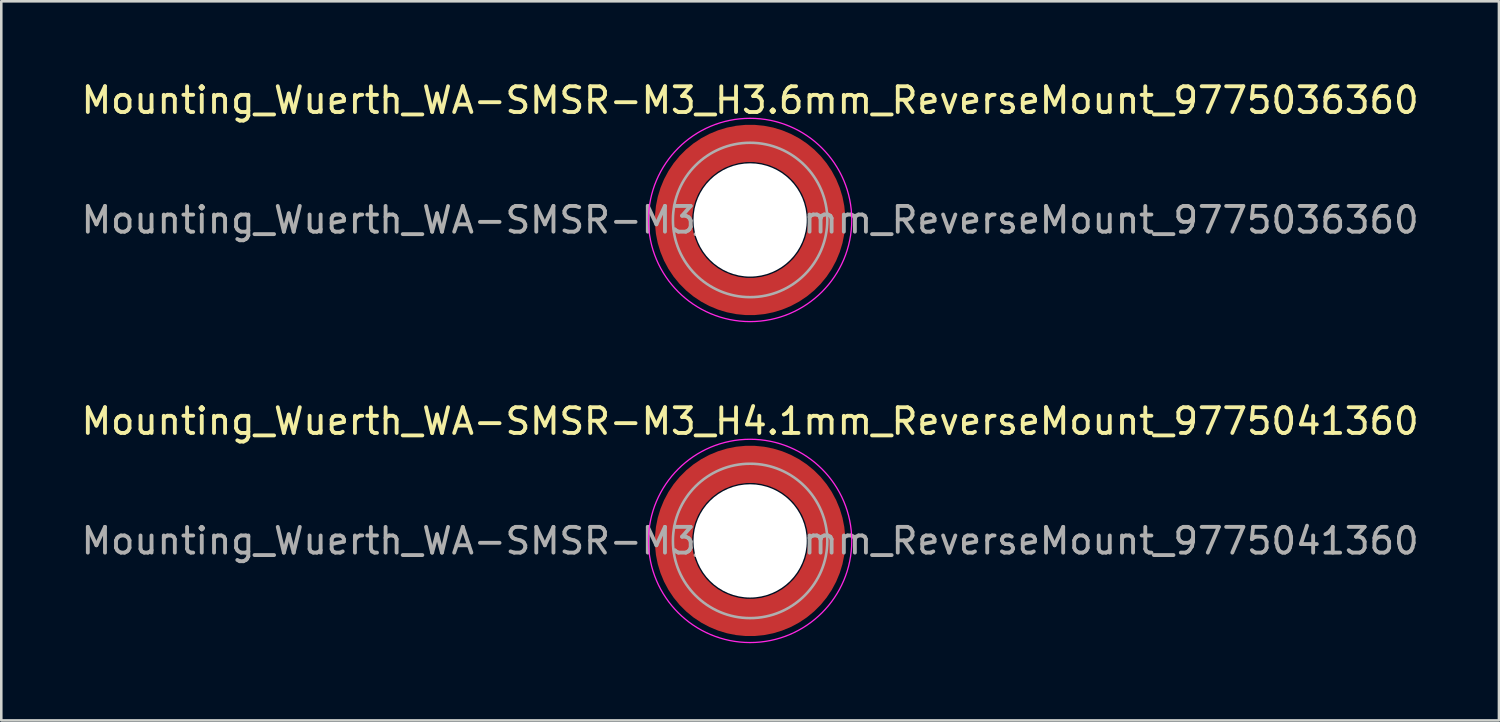
<source format=kicad_pcb>
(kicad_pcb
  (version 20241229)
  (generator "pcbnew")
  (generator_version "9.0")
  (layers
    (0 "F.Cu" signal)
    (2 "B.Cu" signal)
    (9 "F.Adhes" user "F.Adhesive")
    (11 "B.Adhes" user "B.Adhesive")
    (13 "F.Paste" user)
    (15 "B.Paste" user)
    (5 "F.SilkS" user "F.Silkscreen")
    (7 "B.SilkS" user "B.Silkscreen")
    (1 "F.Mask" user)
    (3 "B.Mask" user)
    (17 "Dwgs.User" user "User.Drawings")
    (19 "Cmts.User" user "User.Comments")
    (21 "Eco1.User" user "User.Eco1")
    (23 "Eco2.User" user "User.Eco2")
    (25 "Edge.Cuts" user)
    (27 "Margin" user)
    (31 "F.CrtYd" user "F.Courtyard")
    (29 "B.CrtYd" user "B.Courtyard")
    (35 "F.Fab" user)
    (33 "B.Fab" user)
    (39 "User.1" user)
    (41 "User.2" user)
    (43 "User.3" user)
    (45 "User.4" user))
  (footprint "Mounting_Wuerth_WA-SMSR-M3_H4.1mm_ReverseMount_9775041360"
    (layer "F.Cu")
    (at 26.101 17.971)
    (property "Reference" "Mounting_Wuerth_WA-SMSR-M3_H4.1mm_ReverseMount_9775041360" (at 0 -4.65 0) (layer "F.SilkS") (effects (font (size 1 1) (thickness 0.15))))
    (attr smd)
    (fp_circle (center 0 0) (end 3.95 0) (stroke (width 0.05) (type solid)) (fill no) (layer "F.CrtYd"))
    (fp_circle (center 0 0) (end 3 0) (stroke (width 0.1) (type solid)) (fill no) (layer "F.Fab"))
    (fp_text user "${REFERENCE}" (at 0 0 0) (layer "F.Fab") (effects (font (size 1 1) (thickness 0.15))))
    (pad "" smd custom (at -2.095 -2.095) (size 0.945 0.945) (layers "F.Paste") (options (anchor circle)) (primitives (gr_arc (start -0.24231 1.594804) (mid 0.404819 0.404819) (end 1.594804 -0.24231) (width 0.2)) (gr_arc (start -0.3398 1.594804) (mid 0.337349 0.337349) (end 1.594804 -0.3398) (width 0.2)) (gr_arc (start -0.437132 1.594804) (mid 0.269879 0.269879) (end 1.594804 -0.437132) (width 0.2)) (gr_arc (start -0.534324 1.594804) (mid 0.202409 0.202409) (end 1.594804 -0.534324) (width 0.2)) (gr_arc (start -0.631391 1.594804) (mid 0.134939 0.134939) (end 1.594804 -0.631391) (width 0.2)) (gr_arc (start -0.728345 1.594804) (mid 0.06747 0.06747) (end 1.594804 -0.728345) (width 0.2)) (gr_arc (start -0.825197 1.594804) (mid 0 0) (end 1.594804 -0.825197) (width 0.2)) (gr_arc (start -0.921958 1.594804) (mid -0.067469 -0.067469) (end 1.594804 -0.921958) (width 0.2)) (gr_arc (start -1.018637 1.594804) (mid -0.13494 -0.13494) (end 1.594804 -1.018637) (width 0.2)) (gr_arc (start -1.115239 1.594804) (mid -0.202409 -0.202409) (end 1.594804 -1.115239) (width 0.2)) (gr_arc (start -1.211773 1.594804) (mid -0.269879 -0.269879) (end 1.594804 -1.211773) (width 0.2)) (gr_arc (start -1.308244 1.594804) (mid -0.337349 -0.337349) (end 1.594804 -1.308244) (width 0.2)) (gr_arc (start -1.404657 1.594804) (mid -0.404819 -0.404819) (end 1.594804 -1.404657) (width 0.2)) (gr_arc (start -1.404657 1.594804) (mid -0.404819 -0.404819) (end 1.594804 -1.404657) (width 0.2)) (gr_line (start 1.595 -0.242) (end 1.595 -1.405) (width 0.2)) (gr_line (start -0.242 1.595) (end -1.405 1.595) (width 0.2))))
    (pad "" smd custom (at -2.095 2.095) (size 0.945 0.945) (layers "F.Paste") (options (anchor circle)) (primitives (gr_arc (start 1.594804 0.24231) (mid 0.404819 -0.404819) (end -0.24231 -1.594804) (width 0.2)) (gr_arc (start 1.594804 0.3398) (mid 0.337349 -0.337349) (end -0.3398 -1.594804) (width 0.2)) (gr_arc (start 1.594804 0.437132) (mid 0.269879 -0.269879) (end -0.437132 -1.594804) (width 0.2)) (gr_arc (start 1.594804 0.534324) (mid 0.202409 -0.202409) (end -0.534324 -1.594804) (width 0.2)) (gr_arc (start 1.594804 0.631391) (mid 0.134939 -0.134939) (end -0.631391 -1.594804) (width 0.2)) (gr_arc (start 1.594804 0.728345) (mid 0.06747 -0.06747) (end -0.728345 -1.594804) (width 0.2)) (gr_arc (start 1.594804 0.825197) (mid 0 0) (end -0.825197 -1.594804) (width 0.2)) (gr_arc (start 1.594804 0.921958) (mid -0.067469 0.067469) (end -0.921958 -1.594804) (width 0.2)) (gr_arc (start 1.594804 1.018637) (mid -0.13494 0.13494) (end -1.018637 -1.594804) (width 0.2)) (gr_arc (start 1.594804 1.115239) (mid -0.202409 0.202409) (end -1.115239 -1.594804) (width 0.2)) (gr_arc (start 1.594804 1.211773) (mid -0.269879 0.269879) (end -1.211773 -1.594804) (width 0.2)) (gr_arc (start 1.594804 1.308244) (mid -0.337349 0.337349) (end -1.308244 -1.594804) (width 0.2)) (gr_arc (start 1.594804 1.404657) (mid -0.404819 0.404819) (end -1.404657 -1.594804) (width 0.2)) (gr_arc (start 1.594804 1.404657) (mid -0.404819 0.404819) (end -1.404657 -1.594804) (width 0.2)) (gr_line (start -0.242 -1.595) (end -1.405 -1.595) (width 0.2)) (gr_line (start 1.595 0.242) (end 1.595 1.405) (width 0.2))))
    (pad "" np_thru_hole circle (at 0 0) (size 4.4 4.4) (drill 4.4) (layers "*.Cu" "*.Mask"))
    (pad "" smd custom (at 2.095 -2.095) (size 0.945 0.945) (layers "F.Paste") (options (anchor circle)) (primitives (gr_arc (start -1.594804 -0.24231) (mid -0.404819 0.404819) (end 0.24231 1.594804) (width 0.2)) (gr_arc (start -1.594804 -0.3398) (mid -0.337349 0.337349) (end 0.3398 1.594804) (width 0.2)) (gr_arc (start -1.594804 -0.437132) (mid -0.269879 0.269879) (end 0.437132 1.594804) (width 0.2)) (gr_arc (start -1.594804 -0.534324) (mid -0.202409 0.202409) (end 0.534324 1.594804) (width 0.2)) (gr_arc (start -1.594804 -0.631391) (mid -0.134939 0.134939) (end 0.631391 1.594804) (width 0.2)) (gr_arc (start -1.594804 -0.728345) (mid -0.06747 0.06747) (end 0.728345 1.594804) (width 0.2)) (gr_arc (start -1.594804 -0.825197) (mid 0 0) (end 0.825197 1.594804) (width 0.2)) (gr_arc (start -1.594804 -0.921958) (mid 0.067469 -0.067469) (end 0.921958 1.594804) (width 0.2)) (gr_arc (start -1.594804 -1.018637) (mid 0.13494 -0.13494) (end 1.018637 1.594804) (width 0.2)) (gr_arc (start -1.594804 -1.115239) (mid 0.202409 -0.202409) (end 1.115239 1.594804) (width 0.2)) (gr_arc (start -1.594804 -1.211773) (mid 0.269879 -0.269879) (end 1.211773 1.594804) (width 0.2)) (gr_arc (start -1.594804 -1.308244) (mid 0.337349 -0.337349) (end 1.308244 1.594804) (width 0.2)) (gr_arc (start -1.594804 -1.404657) (mid 0.404819 -0.404819) (end 1.404657 1.594804) (width 0.2)) (gr_arc (start -1.594804 -1.404657) (mid 0.404819 -0.404819) (end 1.404657 1.594804) (width 0.2)) (gr_line (start 0.242 1.595) (end 1.405 1.595) (width 0.2)) (gr_line (start -1.595 -0.242) (end -1.595 -1.405) (width 0.2))))
    (pad "" smd custom (at 2.095 2.095) (size 0.945 0.945) (layers "F.Paste") (options (anchor circle)) (primitives (gr_arc (start 0.24231 -1.594804) (mid -0.404819 -0.404819) (end -1.594804 0.24231) (width 0.2)) (gr_arc (start 0.3398 -1.594804) (mid -0.337349 -0.337349) (end -1.594804 0.3398) (width 0.2)) (gr_arc (start 0.437132 -1.594804) (mid -0.269879 -0.269879) (end -1.594804 0.437132) (width 0.2)) (gr_arc (start 0.534324 -1.594804) (mid -0.202409 -0.202409) (end -1.594804 0.534324) (width 0.2)) (gr_arc (start 0.631391 -1.594804) (mid -0.134939 -0.134939) (end -1.594804 0.631391) (width 0.2)) (gr_arc (start 0.728345 -1.594804) (mid -0.06747 -0.06747) (end -1.594804 0.728345) (width 0.2)) (gr_arc (start 0.825197 -1.594804) (mid 0 0) (end -1.594804 0.825197) (width 0.2)) (gr_arc (start 0.921958 -1.594804) (mid 0.067469 0.067469) (end -1.594804 0.921958) (width 0.2)) (gr_arc (start 1.018637 -1.594804) (mid 0.13494 0.13494) (end -1.594804 1.018637) (width 0.2)) (gr_arc (start 1.115239 -1.594804) (mid 0.202409 0.202409) (end -1.594804 1.115239) (width 0.2)) (gr_arc (start 1.211773 -1.594804) (mid 0.269879 0.269879) (end -1.594804 1.211773) (width 0.2)) (gr_arc (start 1.308244 -1.594804) (mid 0.337349 0.337349) (end -1.594804 1.308244) (width 0.2)) (gr_arc (start 1.404657 -1.594804) (mid 0.404819 0.404819) (end -1.594804 1.404657) (width 0.2)) (gr_arc (start 1.404657 -1.594804) (mid 0.404819 0.404819) (end -1.594804 1.404657) (width 0.2)) (gr_line (start -1.595 0.242) (end -1.595 1.405) (width 0.2)) (gr_line (start 0.242 -1.595) (end 1.405 -1.595) (width 0.2))))
    (pad "1" smd circle (at -2.975 0) (size 1.05 1.05) (layers "F.Cu"))
    (pad "1" smd circle (at 0 -2.975) (size 1.05 1.05) (layers "F.Cu"))
    (pad "1" smd circle (at 0 2.975) (size 1.05 1.05) (layers "F.Cu"))
    (pad "1" smd custom (at 2.975 0) (size 1.05 1.05) (layers "F.Cu" "F.Mask") (options (anchor circle)) (primitives (gr_circle (center -2.975 0) (end 0 0) (width 1.45) (fill no)))))
  (footprint "Mounting_Wuerth_WA-SMSR-M3_H3.6mm_ReverseMount_9775036360"
    (layer "F.Cu")
    (at 26.101 5.498)
    (property "Reference" "Mounting_Wuerth_WA-SMSR-M3_H3.6mm_ReverseMount_9775036360" (at 0 -4.65 0) (layer "F.SilkS") (effects (font (size 1 1) (thickness 0.15))))
    (attr smd)
    (fp_circle (center 0 0) (end 3.95 0) (stroke (width 0.05) (type solid)) (fill no) (layer "F.CrtYd"))
    (fp_circle (center 0 0) (end 3 0) (stroke (width 0.1) (type solid)) (fill no) (layer "F.Fab"))
    (fp_text user "${REFERENCE}" (at 0 0 0) (layer "F.Fab") (effects (font (size 1 1) (thickness 0.15))))
    (pad "" smd custom (at -2.095 -2.095) (size 0.945 0.945) (layers "F.Paste") (options (anchor circle)) (primitives (gr_arc (start -0.24231 1.594804) (mid 0.404819 0.404819) (end 1.594804 -0.24231) (width 0.2)) (gr_arc (start -0.3398 1.594804) (mid 0.337349 0.337349) (end 1.594804 -0.3398) (width 0.2)) (gr_arc (start -0.437132 1.594804) (mid 0.269879 0.269879) (end 1.594804 -0.437132) (width 0.2)) (gr_arc (start -0.534324 1.594804) (mid 0.202409 0.202409) (end 1.594804 -0.534324) (width 0.2)) (gr_arc (start -0.631391 1.594804) (mid 0.134939 0.134939) (end 1.594804 -0.631391) (width 0.2)) (gr_arc (start -0.728345 1.594804) (mid 0.06747 0.06747) (end 1.594804 -0.728345) (width 0.2)) (gr_arc (start -0.825197 1.594804) (mid 0 0) (end 1.594804 -0.825197) (width 0.2)) (gr_arc (start -0.921958 1.594804) (mid -0.067469 -0.067469) (end 1.594804 -0.921958) (width 0.2)) (gr_arc (start -1.018637 1.594804) (mid -0.13494 -0.13494) (end 1.594804 -1.018637) (width 0.2)) (gr_arc (start -1.115239 1.594804) (mid -0.202409 -0.202409) (end 1.594804 -1.115239) (width 0.2)) (gr_arc (start -1.211773 1.594804) (mid -0.269879 -0.269879) (end 1.594804 -1.211773) (width 0.2)) (gr_arc (start -1.308244 1.594804) (mid -0.337349 -0.337349) (end 1.594804 -1.308244) (width 0.2)) (gr_arc (start -1.404657 1.594804) (mid -0.404819 -0.404819) (end 1.594804 -1.404657) (width 0.2)) (gr_arc (start -1.404657 1.594804) (mid -0.404819 -0.404819) (end 1.594804 -1.404657) (width 0.2)) (gr_line (start 1.595 -0.242) (end 1.595 -1.405) (width 0.2)) (gr_line (start -0.242 1.595) (end -1.405 1.595) (width 0.2))))
    (pad "" smd custom (at -2.095 2.095) (size 0.945 0.945) (layers "F.Paste") (options (anchor circle)) (primitives (gr_arc (start 1.594804 0.24231) (mid 0.404819 -0.404819) (end -0.24231 -1.594804) (width 0.2)) (gr_arc (start 1.594804 0.3398) (mid 0.337349 -0.337349) (end -0.3398 -1.594804) (width 0.2)) (gr_arc (start 1.594804 0.437132) (mid 0.269879 -0.269879) (end -0.437132 -1.594804) (width 0.2)) (gr_arc (start 1.594804 0.534324) (mid 0.202409 -0.202409) (end -0.534324 -1.594804) (width 0.2)) (gr_arc (start 1.594804 0.631391) (mid 0.134939 -0.134939) (end -0.631391 -1.594804) (width 0.2)) (gr_arc (start 1.594804 0.728345) (mid 0.06747 -0.06747) (end -0.728345 -1.594804) (width 0.2)) (gr_arc (start 1.594804 0.825197) (mid 0 0) (end -0.825197 -1.594804) (width 0.2)) (gr_arc (start 1.594804 0.921958) (mid -0.067469 0.067469) (end -0.921958 -1.594804) (width 0.2)) (gr_arc (start 1.594804 1.018637) (mid -0.13494 0.13494) (end -1.018637 -1.594804) (width 0.2)) (gr_arc (start 1.594804 1.115239) (mid -0.202409 0.202409) (end -1.115239 -1.594804) (width 0.2)) (gr_arc (start 1.594804 1.211773) (mid -0.269879 0.269879) (end -1.211773 -1.594804) (width 0.2)) (gr_arc (start 1.594804 1.308244) (mid -0.337349 0.337349) (end -1.308244 -1.594804) (width 0.2)) (gr_arc (start 1.594804 1.404657) (mid -0.404819 0.404819) (end -1.404657 -1.594804) (width 0.2)) (gr_arc (start 1.594804 1.404657) (mid -0.404819 0.404819) (end -1.404657 -1.594804) (width 0.2)) (gr_line (start -0.242 -1.595) (end -1.405 -1.595) (width 0.2)) (gr_line (start 1.595 0.242) (end 1.595 1.405) (width 0.2))))
    (pad "" np_thru_hole circle (at 0 0) (size 4.4 4.4) (drill 4.4) (layers "*.Cu" "*.Mask"))
    (pad "" smd custom (at 2.095 -2.095) (size 0.945 0.945) (layers "F.Paste") (options (anchor circle)) (primitives (gr_arc (start -1.594804 -0.24231) (mid -0.404819 0.404819) (end 0.24231 1.594804) (width 0.2)) (gr_arc (start -1.594804 -0.3398) (mid -0.337349 0.337349) (end 0.3398 1.594804) (width 0.2)) (gr_arc (start -1.594804 -0.437132) (mid -0.269879 0.269879) (end 0.437132 1.594804) (width 0.2)) (gr_arc (start -1.594804 -0.534324) (mid -0.202409 0.202409) (end 0.534324 1.594804) (width 0.2)) (gr_arc (start -1.594804 -0.631391) (mid -0.134939 0.134939) (end 0.631391 1.594804) (width 0.2)) (gr_arc (start -1.594804 -0.728345) (mid -0.06747 0.06747) (end 0.728345 1.594804) (width 0.2)) (gr_arc (start -1.594804 -0.825197) (mid 0 0) (end 0.825197 1.594804) (width 0.2)) (gr_arc (start -1.594804 -0.921958) (mid 0.067469 -0.067469) (end 0.921958 1.594804) (width 0.2)) (gr_arc (start -1.594804 -1.018637) (mid 0.13494 -0.13494) (end 1.018637 1.594804) (width 0.2)) (gr_arc (start -1.594804 -1.115239) (mid 0.202409 -0.202409) (end 1.115239 1.594804) (width 0.2)) (gr_arc (start -1.594804 -1.211773) (mid 0.269879 -0.269879) (end 1.211773 1.594804) (width 0.2)) (gr_arc (start -1.594804 -1.308244) (mid 0.337349 -0.337349) (end 1.308244 1.594804) (width 0.2)) (gr_arc (start -1.594804 -1.404657) (mid 0.404819 -0.404819) (end 1.404657 1.594804) (width 0.2)) (gr_arc (start -1.594804 -1.404657) (mid 0.404819 -0.404819) (end 1.404657 1.594804) (width 0.2)) (gr_line (start 0.242 1.595) (end 1.405 1.595) (width 0.2)) (gr_line (start -1.595 -0.242) (end -1.595 -1.405) (width 0.2))))
    (pad "" smd custom (at 2.095 2.095) (size 0.945 0.945) (layers "F.Paste") (options (anchor circle)) (primitives (gr_arc (start 0.24231 -1.594804) (mid -0.404819 -0.404819) (end -1.594804 0.24231) (width 0.2)) (gr_arc (start 0.3398 -1.594804) (mid -0.337349 -0.337349) (end -1.594804 0.3398) (width 0.2)) (gr_arc (start 0.437132 -1.594804) (mid -0.269879 -0.269879) (end -1.594804 0.437132) (width 0.2)) (gr_arc (start 0.534324 -1.594804) (mid -0.202409 -0.202409) (end -1.594804 0.534324) (width 0.2)) (gr_arc (start 0.631391 -1.594804) (mid -0.134939 -0.134939) (end -1.594804 0.631391) (width 0.2)) (gr_arc (start 0.728345 -1.594804) (mid -0.06747 -0.06747) (end -1.594804 0.728345) (width 0.2)) (gr_arc (start 0.825197 -1.594804) (mid 0 0) (end -1.594804 0.825197) (width 0.2)) (gr_arc (start 0.921958 -1.594804) (mid 0.067469 0.067469) (end -1.594804 0.921958) (width 0.2)) (gr_arc (start 1.018637 -1.594804) (mid 0.13494 0.13494) (end -1.594804 1.018637) (width 0.2)) (gr_arc (start 1.115239 -1.594804) (mid 0.202409 0.202409) (end -1.594804 1.115239) (width 0.2)) (gr_arc (start 1.211773 -1.594804) (mid 0.269879 0.269879) (end -1.594804 1.211773) (width 0.2)) (gr_arc (start 1.308244 -1.594804) (mid 0.337349 0.337349) (end -1.594804 1.308244) (width 0.2)) (gr_arc (start 1.404657 -1.594804) (mid 0.404819 0.404819) (end -1.594804 1.404657) (width 0.2)) (gr_arc (start 1.404657 -1.594804) (mid 0.404819 0.404819) (end -1.594804 1.404657) (width 0.2)) (gr_line (start -1.595 0.242) (end -1.595 1.405) (width 0.2)) (gr_line (start 0.242 -1.595) (end 1.405 -1.595) (width 0.2))))
    (pad "1" smd circle (at -2.975 0) (size 1.05 1.05) (layers "F.Cu"))
    (pad "1" smd circle (at 0 -2.975) (size 1.05 1.05) (layers "F.Cu"))
    (pad "1" smd circle (at 0 2.975) (size 1.05 1.05) (layers "F.Cu"))
    (pad "1" smd custom (at 2.975 0) (size 1.05 1.05) (layers "F.Cu" "F.Mask") (options (anchor circle)) (primitives (gr_circle (center -2.975 0) (end 0 0) (width 1.45) (fill no)))))
  (gr_rect
    (start -3 -3)
    (end 55.202 24.947)
    (stroke (width 0.1) (type default))
    (fill no)
    (layer "Edge.Cuts")))
</source>
